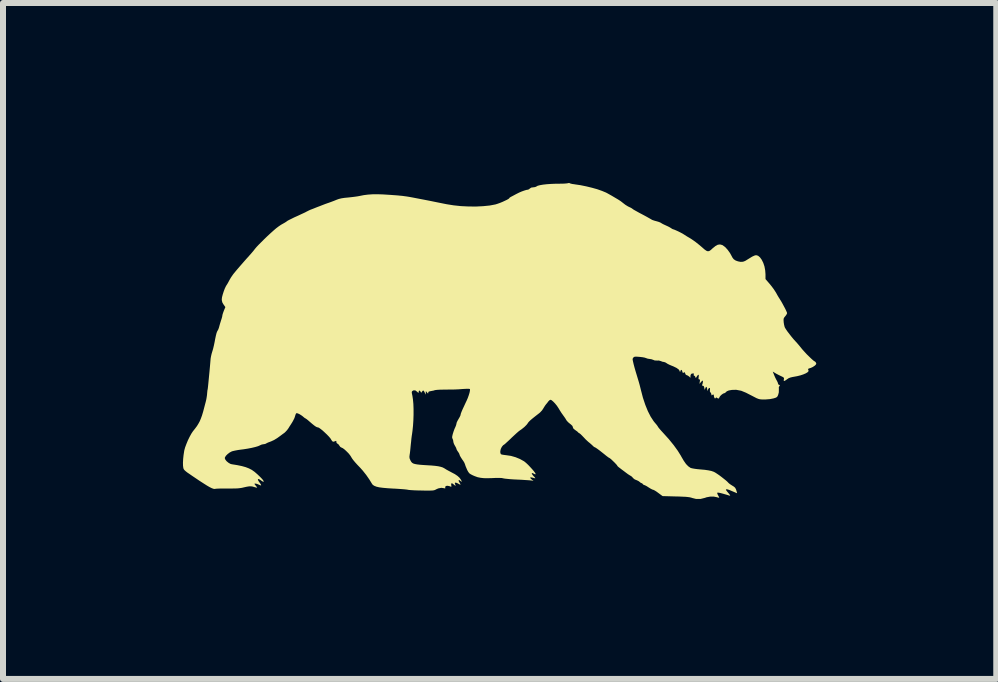
<source format=kicad_pcb>
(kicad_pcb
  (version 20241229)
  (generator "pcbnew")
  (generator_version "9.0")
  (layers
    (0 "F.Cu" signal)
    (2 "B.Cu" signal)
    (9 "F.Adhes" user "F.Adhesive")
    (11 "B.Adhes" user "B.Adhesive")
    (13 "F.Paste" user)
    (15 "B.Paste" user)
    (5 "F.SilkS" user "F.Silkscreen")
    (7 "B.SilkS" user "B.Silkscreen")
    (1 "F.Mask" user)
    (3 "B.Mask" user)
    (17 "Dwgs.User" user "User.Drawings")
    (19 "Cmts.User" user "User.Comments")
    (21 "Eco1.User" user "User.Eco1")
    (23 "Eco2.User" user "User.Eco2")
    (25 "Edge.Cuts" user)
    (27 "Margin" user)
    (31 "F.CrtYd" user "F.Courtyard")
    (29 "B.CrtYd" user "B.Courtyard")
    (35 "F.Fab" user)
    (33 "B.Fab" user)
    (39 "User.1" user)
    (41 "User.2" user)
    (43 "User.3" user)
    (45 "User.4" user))
  (footprint "bear"
    (layer "F.Cu")
    (at 5.129 2.444)
    (property "Reference" "bear" (at 0 0 0) (layer "F.SilkS") (effects (font (size 1.5 1.5) (thickness 0.3))))
    (attr board_only exclude_from_pos_files exclude_from_bom)
    (fp_poly (pts (xy 1.317 -2.44) (xy 1.332 -2.434) (xy 1.361 -2.427) (xy 1.398 -2.422) (xy 1.402 -2.421) (xy 1.497 -2.407) (xy 1.595 -2.387) (xy 1.69 -2.364) (xy 1.779 -2.339) (xy 1.858 -2.311) (xy 1.923 -2.284) (xy 1.944 -2.273) (xy 2.019 -2.231) (xy 2.078 -2.196) (xy 2.124 -2.169) (xy 2.16 -2.146) (xy 2.187 -2.126) (xy 2.208 -2.109) (xy 2.211 -2.107) (xy 2.246 -2.08) (xy 2.288 -2.054) (xy 2.306 -2.045) (xy 2.336 -2.031) (xy 2.358 -2.018) (xy 2.365 -2.012) (xy 2.376 -2.004) (xy 2.401 -1.989) (xy 2.437 -1.969) (xy 2.482 -1.944) (xy 2.509 -1.93) (xy 2.558 -1.904) (xy 2.604 -1.879) (xy 2.641 -1.858) (xy 2.666 -1.844) (xy 2.672 -1.84) (xy 2.696 -1.827) (xy 2.731 -1.815) (xy 2.761 -1.807) (xy 2.796 -1.797) (xy 2.825 -1.786) (xy 2.84 -1.778) (xy 2.857 -1.767) (xy 2.886 -1.752) (xy 2.921 -1.736) (xy 2.958 -1.719) (xy 2.99 -1.702) (xy 3.01 -1.689) (xy 3.031 -1.676) (xy 3.045 -1.671) (xy 3.061 -1.666) (xy 3.089 -1.654) (xy 3.125 -1.638) (xy 3.163 -1.619) (xy 3.199 -1.6) (xy 3.226 -1.583) (xy 3.234 -1.578) (xy 3.265 -1.558) (xy 3.298 -1.538) (xy 3.303 -1.536) (xy 3.357 -1.502) (xy 3.419 -1.458) (xy 3.483 -1.407) (xy 3.524 -1.372) (xy 3.565 -1.336) (xy 3.596 -1.314) (xy 3.621 -1.305) (xy 3.644 -1.309) (xy 3.67 -1.326) (xy 3.7 -1.354) (xy 3.747 -1.392) (xy 3.787 -1.414) (xy 3.824 -1.419) (xy 3.862 -1.409) (xy 3.869 -1.405) (xy 3.91 -1.375) (xy 3.951 -1.33) (xy 3.99 -1.276) (xy 4.013 -1.234) (xy 4.033 -1.197) (xy 4.052 -1.173) (xy 4.075 -1.157) (xy 4.087 -1.15) (xy 4.124 -1.137) (xy 4.165 -1.129) (xy 4.175 -1.129) (xy 4.199 -1.13) (xy 4.221 -1.135) (xy 4.248 -1.147) (xy 4.282 -1.168) (xy 4.308 -1.184) (xy 4.36 -1.216) (xy 4.399 -1.234) (xy 4.425 -1.24) (xy 4.458 -1.231) (xy 4.49 -1.204) (xy 4.519 -1.164) (xy 4.545 -1.112) (xy 4.565 -1.052) (xy 4.577 -0.987) (xy 4.582 -0.922) (xy 4.582 -0.842) (xy 4.651 -0.762) (xy 4.685 -0.72) (xy 4.72 -0.673) (xy 4.748 -0.63) (xy 4.758 -0.614) (xy 4.78 -0.574) (xy 4.803 -0.535) (xy 4.822 -0.506) (xy 4.822 -0.505) (xy 4.843 -0.472) (xy 4.866 -0.431) (xy 4.889 -0.388) (xy 4.911 -0.347) (xy 4.928 -0.311) (xy 4.939 -0.285) (xy 4.942 -0.274) (xy 4.936 -0.257) (xy 4.92 -0.233) (xy 4.911 -0.222) (xy 4.894 -0.201) (xy 4.885 -0.183) (xy 4.883 -0.161) (xy 4.885 -0.128) (xy 4.885 -0.124) (xy 4.891 -0.085) (xy 4.899 -0.051) (xy 4.906 -0.032) (xy 4.922 -0.006) (xy 4.948 0.032) (xy 4.981 0.075) (xy 5.016 0.12) (xy 5.051 0.162) (xy 5.081 0.195) (xy 5.112 0.229) (xy 5.147 0.27) (xy 5.179 0.31) (xy 5.18 0.311) (xy 5.205 0.341) (xy 5.237 0.376) (xy 5.272 0.414) (xy 5.309 0.45) (xy 5.343 0.483) (xy 5.372 0.509) (xy 5.393 0.526) (xy 5.402 0.53) (xy 5.413 0.538) (xy 5.423 0.552) (xy 5.429 0.568) (xy 5.423 0.582) (xy 5.405 0.601) (xy 5.403 0.602) (xy 5.372 0.623) (xy 5.336 0.64) (xy 5.327 0.642) (xy 5.3 0.651) (xy 5.291 0.659) (xy 5.294 0.667) (xy 5.3 0.687) (xy 5.298 0.696) (xy 5.283 0.712) (xy 5.253 0.73) (xy 5.211 0.748) (xy 5.162 0.764) (xy 5.109 0.777) (xy 5.076 0.783) (xy 5.027 0.792) (xy 4.992 0.801) (xy 4.964 0.813) (xy 4.941 0.829) (xy 4.911 0.85) (xy 4.893 0.858) (xy 4.886 0.854) (xy 4.887 0.837) (xy 4.888 0.83) (xy 4.891 0.813) (xy 4.886 0.801) (xy 4.87 0.79) (xy 4.841 0.776) (xy 4.802 0.757) (xy 4.762 0.736) (xy 4.745 0.726) (xy 4.703 0.7) (xy 4.726 0.758) (xy 4.742 0.796) (xy 4.76 0.832) (xy 4.77 0.85) (xy 4.784 0.877) (xy 4.791 0.899) (xy 4.792 0.903) (xy 4.799 0.918) (xy 4.807 0.92) (xy 4.82 0.926) (xy 4.819 0.939) (xy 4.811 0.946) (xy 4.804 0.961) (xy 4.805 0.99) (xy 4.805 0.994) (xy 4.804 1.047) (xy 4.795 1.082) (xy 4.785 1.108) (xy 4.773 1.124) (xy 4.755 1.135) (xy 4.724 1.145) (xy 4.718 1.147) (xy 4.658 1.159) (xy 4.586 1.165) (xy 4.566 1.165) (xy 4.521 1.165) (xy 4.489 1.162) (xy 4.462 1.155) (xy 4.432 1.143) (xy 4.401 1.127) (xy 4.355 1.103) (xy 4.304 1.077) (xy 4.261 1.055) (xy 4.26 1.054) (xy 4.177 1.02) (xy 4.093 1.004) (xy 4.022 1.006) (xy 3.971 1.015) (xy 3.937 1.029) (xy 3.919 1.047) (xy 3.902 1.059) (xy 3.894 1.061) (xy 3.875 1.068) (xy 3.851 1.085) (xy 3.829 1.106) (xy 3.814 1.127) (xy 3.812 1.135) (xy 3.805 1.148) (xy 3.789 1.148) (xy 3.773 1.138) (xy 3.761 1.131) (xy 3.751 1.141) (xy 3.742 1.15) (xy 3.733 1.142) (xy 3.732 1.14) (xy 3.723 1.118) (xy 3.722 1.103) (xy 3.717 1.084) (xy 3.705 1.083) (xy 3.693 1.092) (xy 3.684 1.098) (xy 3.681 1.086) (xy 3.681 1.084) (xy 3.674 1.06) (xy 3.666 1.05) (xy 3.655 1.032) (xy 3.656 1.004) (xy 3.657 0.98) (xy 3.649 0.972) (xy 3.638 0.977) (xy 3.626 0.995) (xy 3.619 1.015) (xy 3.615 1.024) (xy 3.613 1.014) (xy 3.612 1.005) (xy 3.608 0.979) (xy 3.602 0.961) (xy 3.594 0.954) (xy 3.586 0.963) (xy 3.58 0.976) (xy 3.568 1.005) (xy 3.562 0.97) (xy 3.555 0.946) (xy 3.543 0.937) (xy 3.538 0.937) (xy 3.525 0.933) (xy 3.526 0.922) (xy 3.535 0.894) (xy 3.539 0.869) (xy 3.538 0.853) (xy 3.536 0.85) (xy 3.524 0.857) (xy 3.507 0.874) (xy 3.504 0.878) (xy 3.481 0.905) (xy 3.487 0.868) (xy 3.49 0.843) (xy 3.486 0.832) (xy 3.477 0.83) (xy 3.467 0.827) (xy 3.465 0.813) (xy 3.468 0.79) (xy 3.47 0.762) (xy 3.464 0.752) (xy 3.452 0.761) (xy 3.437 0.783) (xy 3.424 0.803) (xy 3.418 0.807) (xy 3.414 0.797) (xy 3.414 0.793) (xy 3.405 0.775) (xy 3.395 0.77) (xy 3.385 0.764) (xy 3.386 0.75) (xy 3.387 0.734) (xy 3.378 0.73) (xy 3.348 0.736) (xy 3.334 0.755) (xy 3.331 0.773) (xy 3.331 0.804) (xy 3.308 0.782) (xy 3.287 0.767) (xy 3.268 0.76) (xy 3.253 0.752) (xy 3.245 0.735) (xy 3.237 0.714) (xy 3.225 0.712) (xy 3.214 0.721) (xy 3.205 0.724) (xy 3.198 0.708) (xy 3.196 0.701) (xy 3.187 0.677) (xy 3.176 0.671) (xy 3.166 0.684) (xy 3.163 0.693) (xy 3.159 0.708) (xy 3.155 0.705) (xy 3.151 0.69) (xy 3.136 0.666) (xy 3.1 0.64) (xy 3.045 0.613) (xy 3.012 0.6) (xy 2.977 0.585) (xy 2.946 0.569) (xy 2.933 0.56) (xy 2.909 0.546) (xy 2.887 0.54) (xy 2.863 0.536) (xy 2.839 0.526) (xy 2.804 0.516) (xy 2.778 0.517) (xy 2.735 0.515) (xy 2.713 0.506) (xy 2.682 0.495) (xy 2.651 0.49) (xy 2.618 0.485) (xy 2.592 0.476) (xy 2.569 0.468) (xy 2.533 0.461) (xy 2.491 0.456) (xy 2.48 0.455) (xy 2.438 0.452) (xy 2.411 0.452) (xy 2.394 0.455) (xy 2.383 0.463) (xy 2.379 0.467) (xy 2.369 0.482) (xy 2.367 0.501) (xy 2.373 0.53) (xy 2.384 0.578) (xy 2.398 0.631) (xy 2.416 0.694) (xy 2.439 0.77) (xy 2.451 0.81) (xy 2.468 0.866) (xy 2.484 0.923) (xy 2.497 0.974) (xy 2.506 1.01) (xy 2.539 1.137) (xy 2.578 1.254) (xy 2.621 1.36) (xy 2.668 1.452) (xy 2.717 1.527) (xy 2.737 1.552) (xy 2.762 1.581) (xy 2.781 1.606) (xy 2.79 1.621) (xy 2.791 1.623) (xy 2.798 1.633) (xy 2.815 1.654) (xy 2.841 1.684) (xy 2.873 1.719) (xy 2.874 1.72) (xy 2.97 1.826) (xy 3.052 1.927) (xy 3.12 2.021) (xy 3.173 2.106) (xy 3.179 2.118) (xy 3.22 2.188) (xy 3.257 2.241) (xy 3.294 2.279) (xy 3.33 2.304) (xy 3.339 2.308) (xy 3.363 2.314) (xy 3.402 2.321) (xy 3.449 2.327) (xy 3.491 2.331) (xy 3.57 2.338) (xy 3.631 2.347) (xy 3.679 2.357) (xy 3.717 2.37) (xy 3.741 2.382) (xy 3.772 2.402) (xy 3.809 2.427) (xy 3.849 2.457) (xy 3.887 2.487) (xy 3.921 2.514) (xy 3.946 2.536) (xy 3.958 2.549) (xy 3.973 2.564) (xy 3.999 2.583) (xy 4.024 2.599) (xy 4.056 2.619) (xy 4.076 2.637) (xy 4.089 2.661) (xy 4.095 2.678) (xy 4.103 2.705) (xy 4.108 2.724) (xy 4.108 2.728) (xy 4.099 2.725) (xy 4.076 2.715) (xy 4.043 2.701) (xy 4.031 2.696) (xy 3.98 2.674) (xy 3.945 2.663) (xy 3.926 2.663) (xy 3.922 2.67) (xy 3.928 2.681) (xy 3.944 2.702) (xy 3.964 2.726) (xy 3.986 2.753) (xy 3.994 2.767) (xy 3.989 2.77) (xy 3.987 2.769) (xy 3.968 2.764) (xy 3.936 2.754) (xy 3.897 2.743) (xy 3.877 2.737) (xy 3.835 2.726) (xy 3.802 2.719) (xy 3.782 2.718) (xy 3.779 2.72) (xy 3.778 2.733) (xy 3.788 2.757) (xy 3.791 2.762) (xy 3.804 2.785) (xy 3.811 2.801) (xy 3.811 2.802) (xy 3.803 2.803) (xy 3.782 2.798) (xy 3.769 2.794) (xy 3.718 2.784) (xy 3.659 2.785) (xy 3.599 2.796) (xy 3.574 2.805) (xy 3.498 2.824) (xy 3.423 2.823) (xy 3.366 2.809) (xy 3.344 2.802) (xy 3.319 2.796) (xy 3.29 2.792) (xy 3.253 2.788) (xy 3.204 2.786) (xy 3.141 2.783) (xy 3.086 2.782) (xy 2.866 2.776) (xy 2.796 2.724) (xy 2.763 2.7) (xy 2.734 2.682) (xy 2.714 2.672) (xy 2.71 2.671) (xy 2.694 2.666) (xy 2.667 2.652) (xy 2.635 2.632) (xy 2.633 2.631) (xy 2.602 2.611) (xy 2.575 2.597) (xy 2.559 2.591) (xy 2.558 2.591) (xy 2.542 2.583) (xy 2.537 2.576) (xy 2.525 2.563) (xy 2.518 2.561) (xy 2.501 2.554) (xy 2.486 2.541) (xy 2.464 2.525) (xy 2.435 2.511) (xy 2.428 2.509) (xy 2.399 2.496) (xy 2.376 2.477) (xy 2.373 2.473) (xy 2.354 2.452) (xy 2.337 2.44) (xy 2.318 2.429) (xy 2.29 2.411) (xy 2.259 2.388) (xy 2.222 2.36) (xy 2.183 2.331) (xy 2.157 2.311) (xy 2.132 2.292) (xy 2.115 2.276) (xy 2.111 2.269) (xy 2.104 2.258) (xy 2.086 2.238) (xy 2.062 2.213) (xy 2.035 2.187) (xy 2.01 2.163) (xy 1.99 2.147) (xy 1.981 2.141) (xy 1.969 2.135) (xy 1.947 2.119) (xy 1.918 2.097) (xy 1.914 2.093) (xy 1.86 2.05) (xy 1.814 2.014) (xy 1.776 1.986) (xy 1.749 1.968) (xy 1.734 1.961) (xy 1.734 1.961) (xy 1.721 1.954) (xy 1.703 1.937) (xy 1.7 1.934) (xy 1.675 1.911) (xy 1.646 1.886) (xy 1.64 1.882) (xy 1.616 1.861) (xy 1.585 1.832) (xy 1.554 1.799) (xy 1.551 1.796) (xy 1.523 1.767) (xy 1.499 1.743) (xy 1.482 1.73) (xy 1.48 1.729) (xy 1.461 1.717) (xy 1.456 1.711) (xy 1.444 1.699) (xy 1.421 1.683) (xy 1.41 1.675) (xy 1.381 1.652) (xy 1.371 1.63) (xy 1.371 1.627) (xy 1.363 1.606) (xy 1.338 1.582) (xy 1.325 1.572) (xy 1.296 1.548) (xy 1.271 1.522) (xy 1.262 1.509) (xy 1.246 1.482) (xy 1.224 1.45) (xy 1.215 1.438) (xy 1.196 1.411) (xy 1.18 1.389) (xy 1.176 1.382) (xy 1.165 1.365) (xy 1.148 1.338) (xy 1.132 1.311) (xy 1.104 1.269) (xy 1.073 1.231) (xy 1.043 1.2) (xy 1.017 1.178) (xy 0.999 1.17) (xy 0.999 1.17) (xy 0.981 1.178) (xy 0.963 1.196) (xy 0.943 1.223) (xy 0.926 1.243) (xy 0.91 1.264) (xy 0.89 1.295) (xy 0.88 1.312) (xy 0.857 1.347) (xy 0.827 1.379) (xy 0.815 1.39) (xy 0.752 1.439) (xy 0.703 1.478) (xy 0.667 1.508) (xy 0.642 1.532) (xy 0.627 1.549) (xy 0.621 1.559) (xy 0.599 1.588) (xy 0.563 1.624) (xy 0.517 1.661) (xy 0.485 1.683) (xy 0.463 1.7) (xy 0.431 1.728) (xy 0.393 1.763) (xy 0.351 1.802) (xy 0.337 1.816) (xy 0.299 1.852) (xy 0.265 1.883) (xy 0.239 1.907) (xy 0.223 1.919) (xy 0.22 1.921) (xy 0.209 1.928) (xy 0.193 1.947) (xy 0.185 1.958) (xy 0.169 1.991) (xy 0.161 2.027) (xy 0.162 2.058) (xy 0.172 2.078) (xy 0.173 2.078) (xy 0.188 2.084) (xy 0.218 2.089) (xy 0.256 2.094) (xy 0.265 2.095) (xy 0.339 2.106) (xy 0.416 2.128) (xy 0.489 2.158) (xy 0.552 2.193) (xy 0.567 2.203) (xy 0.594 2.226) (xy 0.626 2.256) (xy 0.659 2.291) (xy 0.692 2.327) (xy 0.72 2.36) (xy 0.74 2.387) (xy 0.75 2.405) (xy 0.75 2.407) (xy 0.745 2.414) (xy 0.729 2.408) (xy 0.721 2.403) (xy 0.696 2.392) (xy 0.685 2.394) (xy 0.689 2.408) (xy 0.706 2.432) (xy 0.716 2.443) (xy 0.737 2.465) (xy 0.745 2.477) (xy 0.741 2.479) (xy 0.73 2.477) (xy 0.688 2.466) (xy 0.665 2.464) (xy 0.659 2.471) (xy 0.671 2.487) (xy 0.688 2.501) (xy 0.715 2.522) (xy 0.68 2.516) (xy 0.659 2.514) (xy 0.622 2.511) (xy 0.573 2.508) (xy 0.515 2.504) (xy 0.452 2.501) (xy 0.45 2.501) (xy 0.387 2.498) (xy 0.328 2.494) (xy 0.277 2.489) (xy 0.238 2.485) (xy 0.215 2.481) (xy 0.215 2.481) (xy 0.187 2.475) (xy 0.146 2.473) (xy 0.089 2.473) (xy 0.028 2.476) (xy -0.051 2.478) (xy -0.114 2.477) (xy -0.168 2.471) (xy -0.217 2.461) (xy -0.264 2.444) (xy -0.297 2.43) (xy -0.332 2.412) (xy -0.355 2.396) (xy -0.372 2.374) (xy -0.389 2.344) (xy -0.405 2.307) (xy -0.419 2.273) (xy -0.425 2.253) (xy -0.437 2.222) (xy -0.454 2.193) (xy -0.474 2.165) (xy -0.494 2.134) (xy -0.511 2.105) (xy -0.519 2.083) (xy -0.52 2.079) (xy -0.526 2.064) (xy -0.54 2.042) (xy -0.545 2.035) (xy -0.561 2.011) (xy -0.57 1.991) (xy -0.57 1.988) (xy -0.576 1.971) (xy -0.589 1.947) (xy -0.595 1.937) (xy -0.611 1.907) (xy -0.62 1.88) (xy -0.621 1.873) (xy -0.626 1.842) (xy -0.634 1.822) (xy -0.641 1.806) (xy -0.641 1.786) (xy -0.635 1.756) (xy -0.63 1.737) (xy -0.617 1.696) (xy -0.602 1.655) (xy -0.592 1.634) (xy -0.579 1.603) (xy -0.571 1.576) (xy -0.57 1.569) (xy -0.565 1.548) (xy -0.551 1.519) (xy -0.535 1.491) (xy -0.517 1.46) (xy -0.504 1.433) (xy -0.5 1.418) (xy -0.499 1.408) (xy -0.493 1.391) (xy -0.483 1.365) (xy -0.467 1.328) (xy -0.444 1.279) (xy -0.414 1.214) (xy -0.4 1.185) (xy -0.381 1.141) (xy -0.365 1.096) (xy -0.352 1.054) (xy -0.345 1.019) (xy -0.344 0.997) (xy -0.346 0.991) (xy -0.36 0.988) (xy -0.39 0.987) (xy -0.433 0.989) (xy -0.47 0.991) (xy -0.533 0.996) (xy -0.604 0.999) (xy -0.672 1) (xy -0.7 1) (xy -0.778 1.001) (xy -0.843 1.002) (xy -0.892 1.005) (xy -0.924 1.009) (xy -0.936 1.012) (xy -0.951 1.017) (xy -0.978 1.022) (xy -0.993 1.025) (xy -1.022 1.031) (xy -1.037 1.039) (xy -1.04 1.052) (xy -1.04 1.052) (xy -1.041 1.065) (xy -1.047 1.064) (xy -1.06 1.049) (xy -1.08 1.025) (xy -1.081 1.055) (xy -1.082 1.085) (xy -1.094 1.06) (xy -1.109 1.03) (xy -1.119 1.017) (xy -1.129 1.018) (xy -1.141 1.031) (xy -1.141 1.031) (xy -1.158 1.054) (xy -1.17 1.032) (xy -1.183 1.017) (xy -1.195 1.02) (xy -1.2 1.04) (xy -1.2 1.042) (xy -1.202 1.055) (xy -1.207 1.054) (xy -1.222 1.04) (xy -1.225 1.037) (xy -1.254 1.015) (xy -1.283 1.013) (xy -1.303 1.023) (xy -1.311 1.031) (xy -1.315 1.043) (xy -1.313 1.063) (xy -1.306 1.096) (xy -1.304 1.105) (xy -1.295 1.165) (xy -1.288 1.24) (xy -1.285 1.326) (xy -1.285 1.419) (xy -1.288 1.513) (xy -1.294 1.605) (xy -1.303 1.69) (xy -1.31 1.741) (xy -1.315 1.773) (xy -1.321 1.819) (xy -1.326 1.872) (xy -1.331 1.916) (xy -1.336 1.968) (xy -1.341 2.019) (xy -1.346 2.061) (xy -1.35 2.086) (xy -1.354 2.121) (xy -1.351 2.148) (xy -1.337 2.18) (xy -1.337 2.181) (xy -1.325 2.202) (xy -1.311 2.219) (xy -1.291 2.232) (xy -1.263 2.241) (xy -1.225 2.248) (xy -1.173 2.254) (xy -1.105 2.259) (xy -1.072 2.261) (xy -0.989 2.266) (xy -0.923 2.272) (xy -0.872 2.279) (xy -0.832 2.288) (xy -0.8 2.298) (xy -0.775 2.311) (xy -0.765 2.317) (xy -0.738 2.334) (xy -0.7 2.355) (xy -0.66 2.376) (xy -0.657 2.378) (xy -0.596 2.41) (xy -0.552 2.44) (xy -0.52 2.469) (xy -0.5 2.496) (xy -0.485 2.523) (xy -0.481 2.536) (xy -0.49 2.534) (xy -0.504 2.522) (xy -0.524 2.508) (xy -0.533 2.51) (xy -0.532 2.526) (xy -0.52 2.549) (xy -0.505 2.575) (xy -0.502 2.586) (xy -0.513 2.584) (xy -0.534 2.572) (xy -0.563 2.557) (xy -0.586 2.551) (xy -0.597 2.556) (xy -0.596 2.566) (xy -0.586 2.594) (xy -0.584 2.605) (xy -0.592 2.602) (xy -0.607 2.589) (xy -0.634 2.567) (xy -0.652 2.562) (xy -0.658 2.573) (xy -0.657 2.591) (xy -0.653 2.612) (xy -0.657 2.62) (xy -0.673 2.616) (xy -0.687 2.61) (xy -0.718 2.604) (xy -0.743 2.607) (xy -0.756 2.619) (xy -0.757 2.632) (xy -0.756 2.647) (xy -0.766 2.648) (xy -0.773 2.645) (xy -0.822 2.638) (xy -0.873 2.648) (xy -0.905 2.662) (xy -0.92 2.67) (xy -0.934 2.676) (xy -0.95 2.68) (xy -0.973 2.683) (xy -1.004 2.684) (xy -1.048 2.684) (xy -1.107 2.684) (xy -1.145 2.683) (xy -1.209 2.682) (xy -1.268 2.68) (xy -1.319 2.677) (xy -1.357 2.674) (xy -1.379 2.671) (xy -1.381 2.67) (xy -1.401 2.667) (xy -1.438 2.663) (xy -1.488 2.659) (xy -1.546 2.655) (xy -1.61 2.651) (xy -1.621 2.651) (xy -1.717 2.645) (xy -1.795 2.638) (xy -1.857 2.63) (xy -1.904 2.619) (xy -1.939 2.605) (xy -1.964 2.589) (xy -1.979 2.569) (xy -2.022 2.499) (xy -2.074 2.424) (xy -2.132 2.351) (xy -2.172 2.306) (xy -2.221 2.255) (xy -2.258 2.214) (xy -2.285 2.182) (xy -2.304 2.157) (xy -2.319 2.134) (xy -2.326 2.121) (xy -2.344 2.094) (xy -2.37 2.062) (xy -2.402 2.03) (xy -2.433 2.001) (xy -2.462 1.979) (xy -2.482 1.969) (xy -2.483 1.969) (xy -2.505 1.957) (xy -2.52 1.937) (xy -2.535 1.915) (xy -2.552 1.903) (xy -2.568 1.89) (xy -2.571 1.874) (xy -2.573 1.857) (xy -2.583 1.857) (xy -2.59 1.86) (xy -2.618 1.87) (xy -2.639 1.863) (xy -2.657 1.837) (xy -2.659 1.832) (xy -2.673 1.811) (xy -2.698 1.782) (xy -2.73 1.749) (xy -2.766 1.715) (xy -2.802 1.682) (xy -2.835 1.656) (xy -2.862 1.637) (xy -2.878 1.631) (xy -2.894 1.628) (xy -2.914 1.618) (xy -2.941 1.599) (xy -2.977 1.57) (xy -3.013 1.539) (xy -3.043 1.513) (xy -3.068 1.493) (xy -3.084 1.482) (xy -3.087 1.481) (xy -3.098 1.475) (xy -3.118 1.459) (xy -3.129 1.449) (xy -3.159 1.427) (xy -3.191 1.408) (xy -3.219 1.396) (xy -3.238 1.394) (xy -3.24 1.395) (xy -3.248 1.407) (xy -3.257 1.432) (xy -3.26 1.443) (xy -3.271 1.476) (xy -3.29 1.514) (xy -3.303 1.538) (xy -3.328 1.578) (xy -3.356 1.621) (xy -3.369 1.643) (xy -3.393 1.676) (xy -3.421 1.706) (xy -3.437 1.721) (xy -3.469 1.744) (xy -3.501 1.768) (xy -3.505 1.771) (xy -3.556 1.808) (xy -3.61 1.841) (xy -3.66 1.864) (xy -3.681 1.872) (xy -3.711 1.883) (xy -3.734 1.894) (xy -3.74 1.898) (xy -3.759 1.907) (xy -3.784 1.911) (xy -3.814 1.916) (xy -3.844 1.929) (xy -3.845 1.93) (xy -3.877 1.944) (xy -3.924 1.958) (xy -3.983 1.972) (xy -4.05 1.985) (xy -4.12 1.996) (xy -4.161 2.001) (xy -4.211 2.008) (xy -4.259 2.017) (xy -4.299 2.026) (xy -4.315 2.031) (xy -4.351 2.05) (xy -4.385 2.076) (xy -4.413 2.104) (xy -4.429 2.131) (xy -4.432 2.143) (xy -4.423 2.167) (xy -4.402 2.194) (xy -4.372 2.219) (xy -4.34 2.238) (xy -4.316 2.245) (xy -4.223 2.26) (xy -4.146 2.276) (xy -4.082 2.294) (xy -4.028 2.315) (xy -3.98 2.34) (xy -3.935 2.372) (xy -3.889 2.412) (xy -3.878 2.422) (xy -3.833 2.466) (xy -3.803 2.498) (xy -3.787 2.521) (xy -3.783 2.535) (xy -3.785 2.538) (xy -3.795 2.536) (xy -3.815 2.524) (xy -3.824 2.517) (xy -3.856 2.496) (xy -3.875 2.491) (xy -3.881 2.499) (xy -3.873 2.52) (xy -3.85 2.553) (xy -3.831 2.58) (xy -3.825 2.596) (xy -3.835 2.598) (xy -3.852 2.591) (xy -3.881 2.578) (xy -3.909 2.569) (xy -3.93 2.567) (xy -3.936 2.569) (xy -3.934 2.579) (xy -3.92 2.597) (xy -3.915 2.603) (xy -3.899 2.622) (xy -3.892 2.634) (xy -3.893 2.635) (xy -3.904 2.635) (xy -3.927 2.629) (xy -3.937 2.626) (xy -3.968 2.617) (xy -3.996 2.613) (xy -4.029 2.614) (xy -4.071 2.621) (xy -4.115 2.631) (xy -4.15 2.639) (xy -4.185 2.644) (xy -4.224 2.648) (xy -4.271 2.649) (xy -4.331 2.65) (xy -4.383 2.65) (xy -4.443 2.65) (xy -4.497 2.65) (xy -4.542 2.651) (xy -4.574 2.653) (xy -4.589 2.655) (xy -4.605 2.657) (xy -4.625 2.653) (xy -4.651 2.643) (xy -4.685 2.626) (xy -4.73 2.6) (xy -4.785 2.565) (xy -4.855 2.52) (xy -4.908 2.484) (xy -4.972 2.441) (xy -5.021 2.407) (xy -5.058 2.382) (xy -5.083 2.362) (xy -5.101 2.346) (xy -5.112 2.333) (xy -5.119 2.32) (xy -5.123 2.307) (xy -5.123 2.306) (xy -5.128 2.27) (xy -5.129 2.219) (xy -5.126 2.159) (xy -5.119 2.093) (xy -5.109 2.027) (xy -5.106 2.011) (xy -5.093 1.964) (xy -5.072 1.908) (xy -5.047 1.847) (xy -5.018 1.788) (xy -4.989 1.735) (xy -4.963 1.696) (xy -4.959 1.691) (xy -4.925 1.648) (xy -4.896 1.609) (xy -4.872 1.57) (xy -4.85 1.53) (xy -4.831 1.485) (xy -4.812 1.433) (xy -4.793 1.37) (xy -4.773 1.294) (xy -4.749 1.203) (xy -4.74 1.165) (xy -4.734 1.13) (xy -4.728 1.089) (xy -4.727 1.075) (xy -4.724 1.041) (xy -4.721 1.013) (xy -4.719 1.005) (xy -4.716 0.989) (xy -4.712 0.956) (xy -4.707 0.908) (xy -4.701 0.846) (xy -4.694 0.773) (xy -4.686 0.691) (xy -4.678 0.603) (xy -4.67 0.51) (xy -4.668 0.485) (xy -4.662 0.45) (xy -4.652 0.406) (xy -4.639 0.362) (xy -4.638 0.36) (xy -4.626 0.318) (xy -4.613 0.264) (xy -4.601 0.206) (xy -4.594 0.168) (xy -4.581 0.105) (xy -4.569 0.057) (xy -4.557 0.027) (xy -4.554 0.023) (xy -4.538 -0.007) (xy -4.527 -0.04) (xy -4.52 -0.067) (xy -4.509 -0.105) (xy -4.496 -0.146) (xy -4.496 -0.147) (xy -4.484 -0.184) (xy -4.475 -0.216) (xy -4.472 -0.236) (xy -4.472 -0.237) (xy -4.468 -0.255) (xy -4.458 -0.285) (xy -4.447 -0.315) (xy -4.422 -0.375) (xy -4.452 -0.417) (xy -4.473 -0.453) (xy -4.481 -0.488) (xy -4.482 -0.504) (xy -4.478 -0.539) (xy -4.466 -0.585) (xy -4.45 -0.635) (xy -4.432 -0.683) (xy -4.413 -0.723) (xy -4.404 -0.738) (xy -4.389 -0.761) (xy -4.37 -0.795) (xy -4.354 -0.825) (xy -4.329 -0.868) (xy -4.299 -0.912) (xy -4.28 -0.937) (xy -4.23 -0.997) (xy -4.175 -1.061) (xy -4.12 -1.124) (xy -4.069 -1.182) (xy -4.026 -1.229) (xy -4.026 -1.23) (xy -3.992 -1.268) (xy -3.957 -1.309) (xy -3.928 -1.346) (xy -3.924 -1.351) (xy -3.901 -1.378) (xy -3.866 -1.415) (xy -3.822 -1.459) (xy -3.773 -1.508) (xy -3.72 -1.559) (xy -3.668 -1.607) (xy -3.619 -1.651) (xy -3.576 -1.688) (xy -3.568 -1.694) (xy -3.531 -1.722) (xy -3.492 -1.748) (xy -3.462 -1.765) (xy -3.432 -1.782) (xy -3.408 -1.797) (xy -3.399 -1.804) (xy -3.385 -1.814) (xy -3.357 -1.829) (xy -3.318 -1.848) (xy -3.276 -1.869) (xy -3.209 -1.899) (xy -3.158 -1.923) (xy -3.119 -1.941) (xy -3.091 -1.954) (xy -3.071 -1.965) (xy -3.055 -1.973) (xy -3.051 -1.975) (xy -3.025 -1.988) (xy -2.993 -2.002) (xy -2.986 -2.004) (xy -2.958 -2.015) (xy -2.918 -2.031) (xy -2.875 -2.048) (xy -2.866 -2.051) (xy -2.815 -2.071) (xy -2.758 -2.093) (xy -2.707 -2.111) (xy -2.706 -2.111) (xy -2.659 -2.128) (xy -2.609 -2.147) (xy -2.567 -2.164) (xy -2.565 -2.165) (xy -2.528 -2.178) (xy -2.486 -2.188) (xy -2.433 -2.196) (xy -2.38 -2.201) (xy -2.324 -2.207) (xy -2.267 -2.214) (xy -2.217 -2.221) (xy -2.186 -2.227) (xy -2.115 -2.241) (xy -2.044 -2.25) (xy -1.97 -2.255) (xy -1.888 -2.256) (xy -1.795 -2.253) (xy -1.686 -2.246) (xy -1.681 -2.246) (xy -1.63 -2.242) (xy -1.586 -2.239) (xy -1.547 -2.236) (xy -1.51 -2.232) (xy -1.475 -2.229) (xy -1.439 -2.224) (xy -1.401 -2.219) (xy -1.358 -2.212) (xy -1.308 -2.203) (xy -1.251 -2.192) (xy -1.184 -2.179) (xy -1.105 -2.164) (xy -1.013 -2.146) (xy -0.905 -2.124) (xy -0.781 -2.099) (xy -0.73 -2.089) (xy -0.617 -2.071) (xy -0.495 -2.058) (xy -0.37 -2.052) (xy -0.245 -2.051) (xy -0.125 -2.057) (xy -0.015 -2.068) (xy 0.08 -2.086) (xy 0.112 -2.096) (xy 0.152 -2.11) (xy 0.194 -2.127) (xy 0.235 -2.146) (xy 0.271 -2.163) (xy 0.297 -2.178) (xy 0.31 -2.188) (xy 0.31 -2.19) (xy 0.318 -2.2) (xy 0.339 -2.213) (xy 0.353 -2.22) (xy 0.389 -2.239) (xy 0.428 -2.26) (xy 0.44 -2.266) (xy 0.476 -2.284) (xy 0.518 -2.302) (xy 0.56 -2.317) (xy 0.596 -2.328) (xy 0.618 -2.331) (xy 0.638 -2.338) (xy 0.653 -2.351) (xy 0.678 -2.367) (xy 0.709 -2.371) (xy 0.739 -2.375) (xy 0.761 -2.383) (xy 0.764 -2.386) (xy 0.784 -2.397) (xy 0.822 -2.407) (xy 0.874 -2.416) (xy 0.936 -2.423) (xy 1.007 -2.428) (xy 1.083 -2.431) (xy 1.12 -2.431) (xy 1.175 -2.432) (xy 1.223 -2.433) (xy 1.261 -2.436) (xy 1.285 -2.439) (xy 1.29 -2.441) (xy 1.31 -2.444)) (stroke (width 0) (type solid)) (fill yes) (layer "F.SilkS")))
  (gr_rect
    (start -3 -3)
    (end 13.558 8.268)
    (stroke (width 0.1) (type default))
    (fill no)
    (layer "Edge.Cuts")))
</source>
